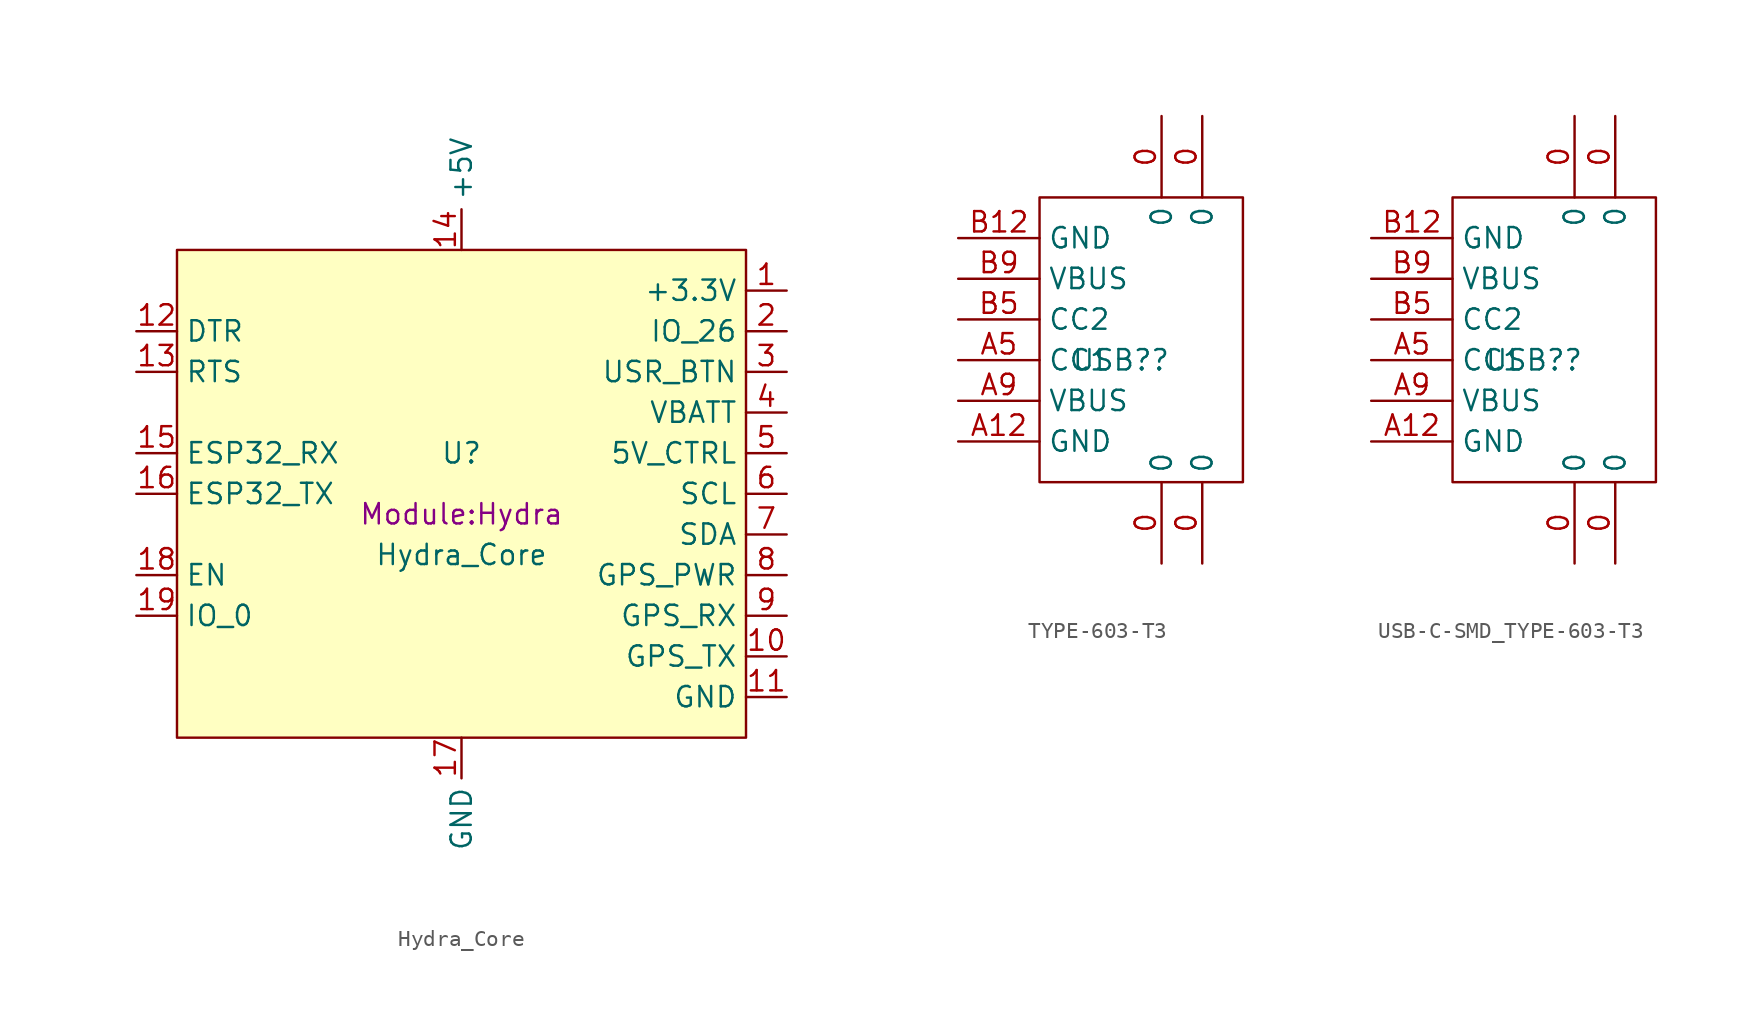
<source format=kicad_sym>
(kicad_symbol_lib
  (version 20231120)
  (generator "kicad_symbol_editor")
  (generator_version "8.0")
  (symbol "Hydra_Core"
    (property "Reference" "U"
      (at 0 3.81 0)
      (effects (font (size 1.27 1.27))))
    (property "Value" "Hydra_Core"
      (at 0 -2.54 0)
      (effects (font (size 1.27 1.27))))
    (property "Footprint" "Module:Hydra"
      (at 0 0 0)
      (effects (font (size 1.27 1.27))))
    (symbol "Hydra_Core_0_1"
      (rectangle (start -17.78 16.51) (end 17.78 -13.97) (stroke (width 0) (type default)) (fill (type background))))
    (symbol "Hydra_Core_1_1"
      (pin power_out line (at 20.32 13.97 180) (length 2.54) (name "+3.3V" (effects (font (size 1.27 1.27)))) (number "1" (effects (font (size 1.27 1.27)))))
      (pin bidirectional line (at 20.32 -8.89 180) (length 2.54) (name "GPS_TX" (effects (font (size 1.27 1.27)))) (number "10" (effects (font (size 1.27 1.27)))))
      (pin power_out line (at 20.32 -11.43 180) (length 2.54) (name "GND" (effects (font (size 1.27 1.27)))) (number "11" (effects (font (size 1.27 1.27)))))
      (pin bidirectional line (at -20.32 11.43 0) (length 2.54) (name "DTR" (effects (font (size 1.27 1.27)))) (number "12" (effects (font (size 1.27 1.27)))))
      (pin bidirectional line (at -20.32 8.89 0) (length 2.54) (name "RTS" (effects (font (size 1.27 1.27)))) (number "13" (effects (font (size 1.27 1.27)))))
      (pin power_in line (at 0 16.51 90) (length 2.54) (name "+5V" (effects (font (size 1.27 1.27)))) (number "14" (effects (font (size 1.27 1.27)))))
      (pin bidirectional line (at -20.32 3.81 0) (length 2.54) (name "ESP32_RX" (effects (font (size 1.27 1.27)))) (number "15" (effects (font (size 1.27 1.27)))))
      (pin bidirectional line (at -20.32 1.27 0) (length 2.54) (name "ESP32_TX" (effects (font (size 1.27 1.27)))) (number "16" (effects (font (size 1.27 1.27)))))
      (pin power_in line (at 0 -13.97 270) (length 2.54) (name "GND" (effects (font (size 1.27 1.27)))) (number "17" (effects (font (size 1.27 1.27)))))
      (pin bidirectional line (at -20.32 -3.81 0) (length 2.54) (name "EN" (effects (font (size 1.27 1.27)))) (number "18" (effects (font (size 1.27 1.27)))))
      (pin bidirectional line (at -20.32 -6.35 0) (length 2.54) (name "IO_0" (effects (font (size 1.27 1.27)))) (number "19" (effects (font (size 1.27 1.27)))))
      (pin bidirectional line (at 20.32 11.43 180) (length 2.54) (name "IO_26" (effects (font (size 1.27 1.27)))) (number "2" (effects (font (size 1.27 1.27)))))
      (pin bidirectional line (at 20.32 8.89 180) (length 2.54) (name "USR_BTN" (effects (font (size 1.27 1.27)))) (number "3" (effects (font (size 1.27 1.27)))))
      (pin input line (at 20.32 6.35 180) (length 2.54) (name "VBATT" (effects (font (size 1.27 1.27)))) (number "4" (effects (font (size 1.27 1.27)))))
      (pin power_out line (at 20.32 3.81 180) (length 2.54) (name "5V_CTRL" (effects (font (size 1.27 1.27)))) (number "5" (effects (font (size 1.27 1.27)))))
      (pin bidirectional line (at 20.32 1.27 180) (length 2.54) (name "SCL" (effects (font (size 1.27 1.27)))) (number "6" (effects (font (size 1.27 1.27)))))
      (pin bidirectional line (at 20.32 -1.27 180) (length 2.54) (name "SDA" (effects (font (size 1.27 1.27)))) (number "7" (effects (font (size 1.27 1.27)))))
      (pin power_out line (at 20.32 -3.81 180) (length 2.54) (name "GPS_PWR" (effects (font (size 1.27 1.27)))) (number "8" (effects (font (size 1.27 1.27)))))
      (pin bidirectional line (at 20.32 -6.35 180) (length 2.54) (name "GPS_RX" (effects (font (size 1.27 1.27)))) (number "9" (effects (font (size 1.27 1.27)))))))
  (symbol "TYPE-603-T3"
    (property "Reference" "USB?"
      (at 0 0 0)
      (effects (font (size 1.27 1.27))))
    (property "Value" ""
      (at 0 0 0)
      (effects (font (size 1.27 1.27))))
    (symbol "TYPE-603-T3_1_0"
      (rectangle (start -5.08 -7.62) (end 7.62 10.16) (stroke (width 0) (type default)) (fill (type none)))
      (pin input line (at 2.54 -12.7 90) (length 5.08) (name "0" (effects (font (size 1.27 1.27)))) (number "0" (effects (font (size 1.27 1.27)))))
      (pin input line (at 2.54 15.24 270) (length 5.08) (name "0" (effects (font (size 1.27 1.27)))) (number "0" (effects (font (size 1.27 1.27)))))
      (pin input line (at 5.08 -12.7 90) (length 5.08) (name "0" (effects (font (size 1.27 1.27)))) (number "0" (effects (font (size 1.27 1.27)))))
      (pin input line (at 5.08 15.24 270) (length 5.08) (name "0" (effects (font (size 1.27 1.27)))) (number "0" (effects (font (size 1.27 1.27)))))
      (pin input line (at -10.16 -5.08 0) (length 5.08) (name "GND" (effects (font (size 1.27 1.27)))) (number "A12" (effects (font (size 1.27 1.27)))))
      (pin input line (at -10.16 0 0) (length 5.08) (name "CC1" (effects (font (size 1.27 1.27)))) (number "A5" (effects (font (size 1.27 1.27)))))
      (pin input line (at -10.16 -2.54 0) (length 5.08) (name "VBUS" (effects (font (size 1.27 1.27)))) (number "A9" (effects (font (size 1.27 1.27)))))
      (pin input line (at -10.16 7.62 0) (length 5.08) (name "GND" (effects (font (size 1.27 1.27)))) (number "B12" (effects (font (size 1.27 1.27)))))
      (pin input line (at -10.16 2.54 0) (length 5.08) (name "CC2" (effects (font (size 1.27 1.27)))) (number "B5" (effects (font (size 1.27 1.27)))))
      (pin input line (at -10.16 5.08 0) (length 5.08) (name "VBUS" (effects (font (size 1.27 1.27)))) (number "B9" (effects (font (size 1.27 1.27)))))))
  (symbol "USB-C-SMD_TYPE-603-T3"
    (property "Reference" "USB?"
      (at 0 0 0)
      (effects (font (size 1.27 1.27))))
    (property "Value" ""
      (at 0 0 0)
      (effects (font (size 1.27 1.27))))
    (symbol "USB-C-SMD_TYPE-603-T3_1_0"
      (rectangle (start -5.08 -7.62) (end 7.62 10.16) (stroke (width 0) (type default)) (fill (type none)))
      (pin input line (at 2.54 -12.7 90) (length 5.08) (name "0" (effects (font (size 1.27 1.27)))) (number "0" (effects (font (size 1.27 1.27)))))
      (pin input line (at 2.54 15.24 270) (length 5.08) (name "0" (effects (font (size 1.27 1.27)))) (number "0" (effects (font (size 1.27 1.27)))))
      (pin input line (at 5.08 -12.7 90) (length 5.08) (name "0" (effects (font (size 1.27 1.27)))) (number "0" (effects (font (size 1.27 1.27)))))
      (pin input line (at 5.08 15.24 270) (length 5.08) (name "0" (effects (font (size 1.27 1.27)))) (number "0" (effects (font (size 1.27 1.27)))))
      (pin input line (at -10.16 -5.08 0) (length 5.08) (name "GND" (effects (font (size 1.27 1.27)))) (number "A12" (effects (font (size 1.27 1.27)))))
      (pin input line (at -10.16 0 0) (length 5.08) (name "CC1" (effects (font (size 1.27 1.27)))) (number "A5" (effects (font (size 1.27 1.27)))))
      (pin input line (at -10.16 -2.54 0) (length 5.08) (name "VBUS" (effects (font (size 1.27 1.27)))) (number "A9" (effects (font (size 1.27 1.27)))))
      (pin input line (at -10.16 7.62 0) (length 5.08) (name "GND" (effects (font (size 1.27 1.27)))) (number "B12" (effects (font (size 1.27 1.27)))))
      (pin input line (at -10.16 2.54 0) (length 5.08) (name "CC2" (effects (font (size 1.27 1.27)))) (number "B5" (effects (font (size 1.27 1.27)))))
      (pin input line (at -10.16 5.08 0) (length 5.08) (name "VBUS" (effects (font (size 1.27 1.27)))) (number "B9" (effects (font (size 1.27 1.27))))))))
</source>
